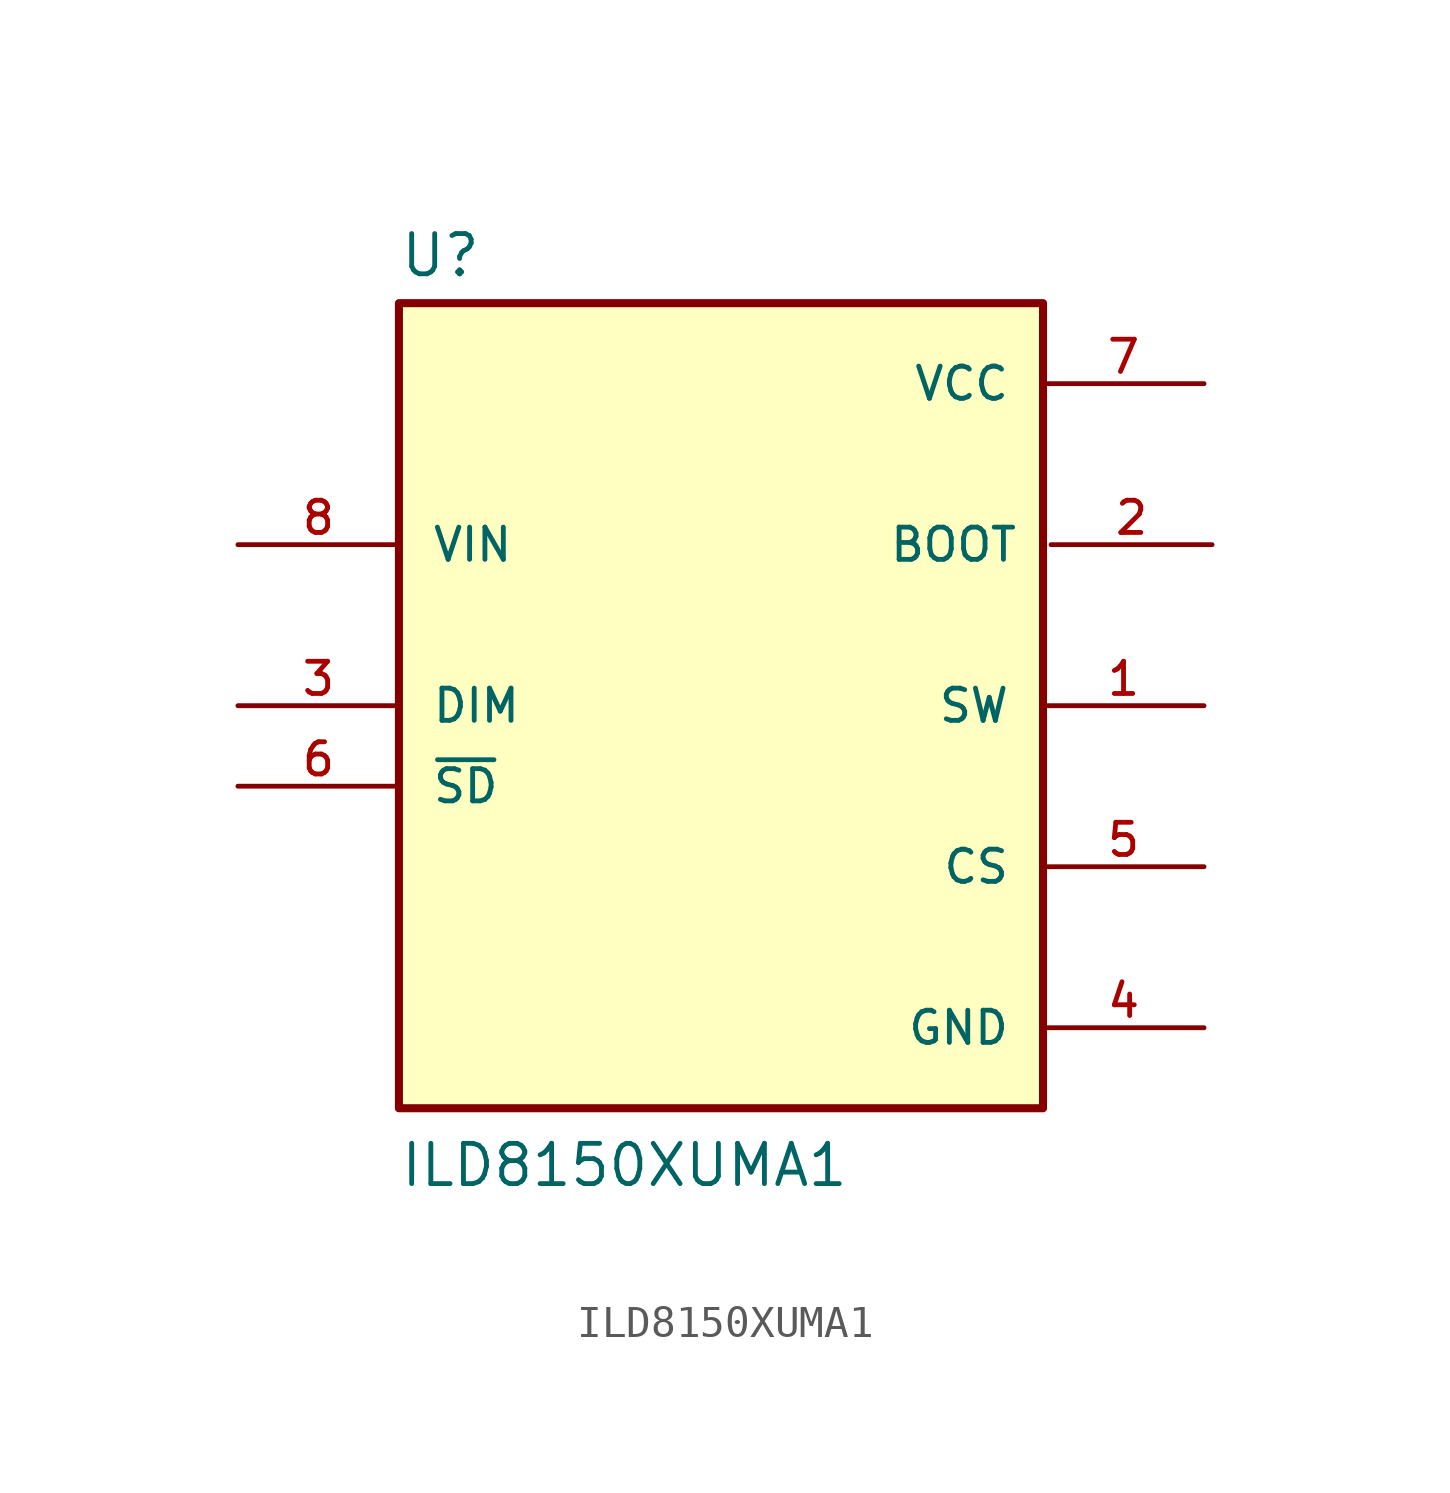
<source format=kicad_sym>
(kicad_symbol_lib
  (version 20211014)
  (generator kicad_symbol_editor)
  (symbol "ILD8150XUMA1"
    (pin_names
      (offset 1.016))
    (property "Reference" "U"
      (at -10.16 13.462 0)
      (effects (font (size 1.27 1.27)) (justify bottom left)))
    (property "Value" "ILD8150XUMA1"
      (at -10.16 -15.24 0)
      (effects (font (size 1.27 1.27)) (justify bottom left)))
    (symbol "ILD8150XUMA1_0_0"
      (rectangle (start -10.16 -12.7) (end 10.16 12.7) (stroke (width 0.254)) (fill (type background)))
      (pin output line (at 15.24 0.0 180.0) (length 5.08) (name "SW" (effects (font (size 1.016 1.016)))) (number "1" (effects (font (size 1.016 1.016)))))
      (pin input line (at -15.24 0.0 0) (length 5.08) (name "DIM" (effects (font (size 1.016 1.016)))) (number "3" (effects (font (size 1.016 1.016)))))
      (pin input line (at 15.494 5.08 180.0) (length 5.08) (name "BOOT" (effects (font (size 1.016 1.016)))) (number "2" (effects (font (size 1.016 1.016)))))
      (pin power_in line (at 15.24 -10.16 180.0) (length 5.08) (name "GND" (effects (font (size 1.016 1.016)))) (number "4" (effects (font (size 1.016 1.016)))))
      (pin input line (at 15.24 -5.08 180.0) (length 5.08) (name "CS" (effects (font (size 1.016 1.016)))) (number "5" (effects (font (size 1.016 1.016)))))
      (pin input line (at -15.24 -2.54 0) (length 5.08) (name "~{SD}" (effects (font (size 1.016 1.016)))) (number "6" (effects (font (size 1.016 1.016)))))
      (pin power_in line (at 15.24 10.16 180.0) (length 5.08) (name "VCC" (effects (font (size 1.016 1.016)))) (number "7" (effects (font (size 1.016 1.016)))))
      (pin input line (at -15.24 5.08 0) (length 5.08) (name "VIN" (effects (font (size 1.016 1.016)))) (number "8" (effects (font (size 1.016 1.016))))))))
</source>
